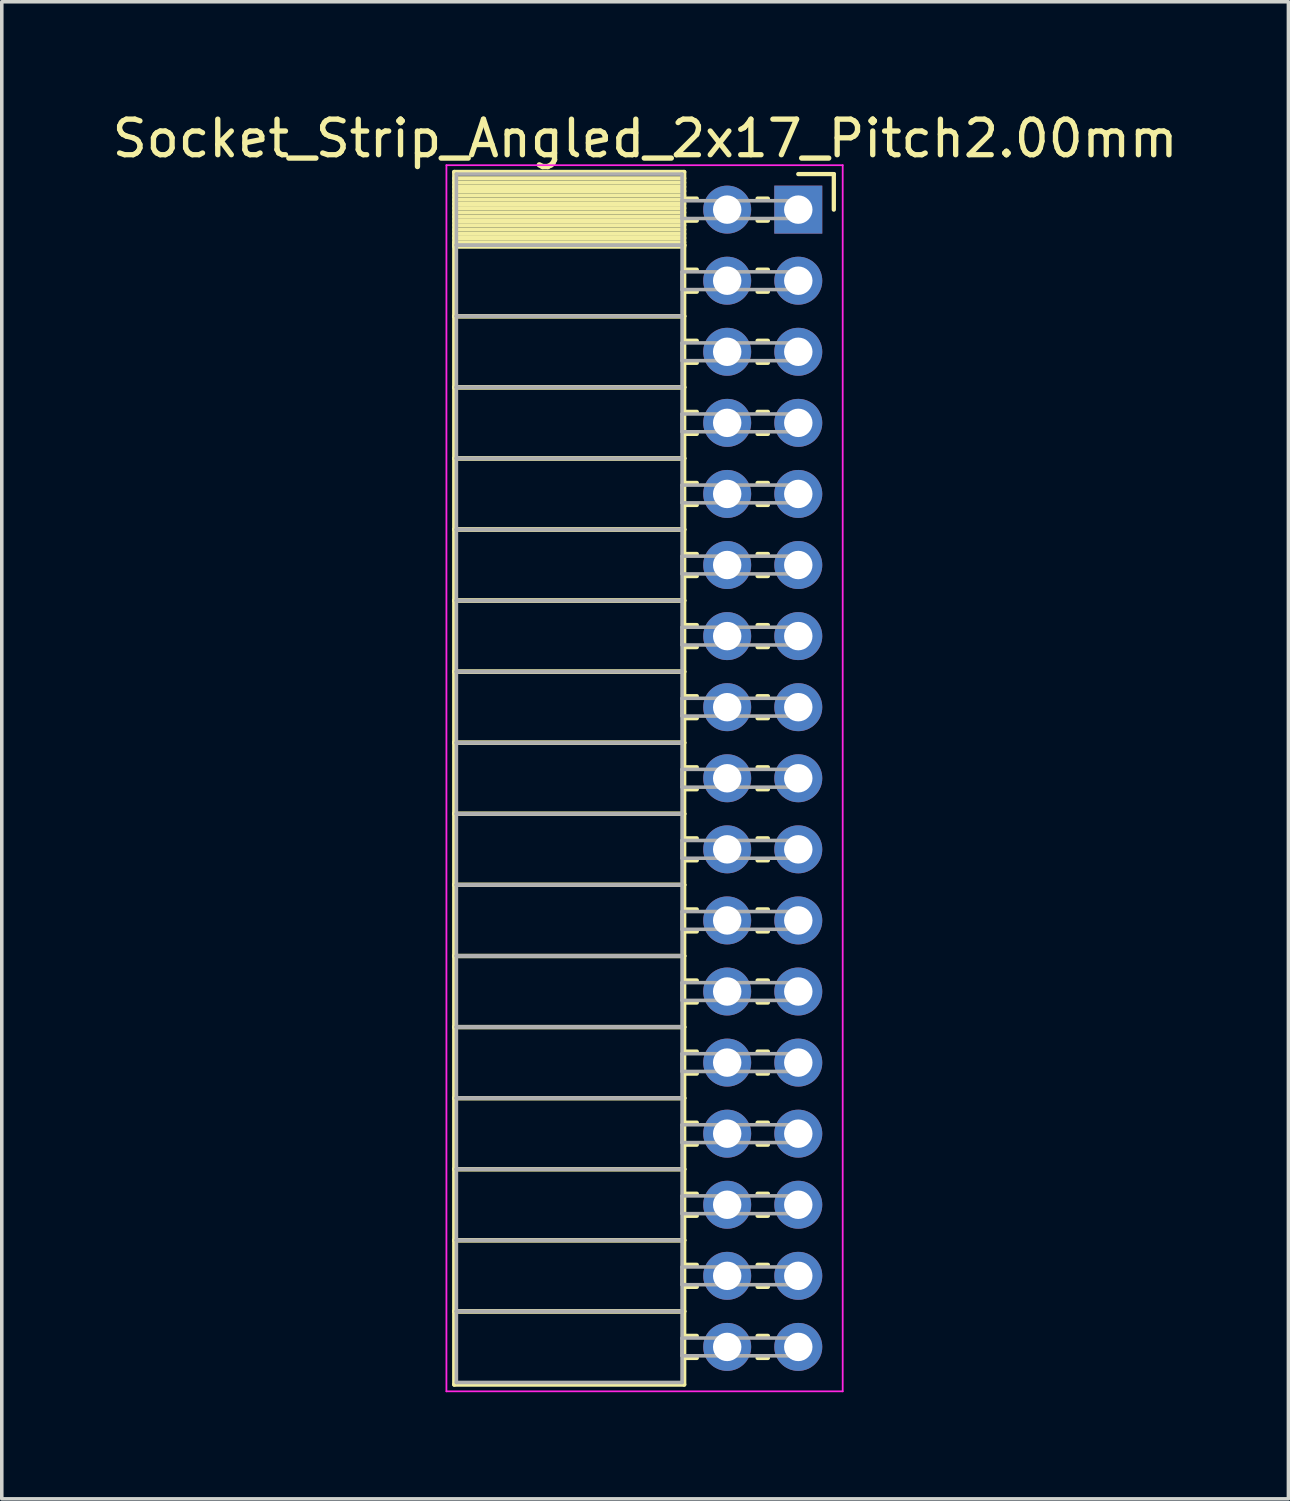
<source format=kicad_pcb>
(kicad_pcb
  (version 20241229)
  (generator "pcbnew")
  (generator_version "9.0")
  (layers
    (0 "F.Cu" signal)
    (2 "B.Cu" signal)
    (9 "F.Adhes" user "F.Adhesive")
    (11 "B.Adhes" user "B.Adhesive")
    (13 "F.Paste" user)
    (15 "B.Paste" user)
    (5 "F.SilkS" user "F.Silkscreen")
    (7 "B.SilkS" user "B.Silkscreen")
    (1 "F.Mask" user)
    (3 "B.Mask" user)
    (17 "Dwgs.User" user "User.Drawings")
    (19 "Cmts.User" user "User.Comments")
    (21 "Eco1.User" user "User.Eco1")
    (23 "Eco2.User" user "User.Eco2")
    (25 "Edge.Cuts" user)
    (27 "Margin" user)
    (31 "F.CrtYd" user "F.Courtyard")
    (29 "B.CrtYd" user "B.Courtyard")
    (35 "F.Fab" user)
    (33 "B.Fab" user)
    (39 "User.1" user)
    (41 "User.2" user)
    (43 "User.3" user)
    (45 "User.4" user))
  (footprint "Socket_Strip_Angled_2x17_Pitch2.00mm"
    (layer "F.Cu")
    (at 19.411 2.848)
    (property "Reference" "Socket_Strip_Angled_2x17_Pitch2.00mm" (at -4.31 -2 0) (layer "F.SilkS") (effects (font (size 1 1) (thickness 0.15))))
    (attr through_hole)
    (fp_line (start -9.68 -1.06) (end -3.21 -1.06) (stroke (width 0.12) (type solid)) (layer "F.SilkS"))
    (fp_line (start -9.68 1) (end -9.68 -1.06) (stroke (width 0.12) (type solid)) (layer "F.SilkS"))
    (fp_line (start -9.68 1) (end -3.21 1) (stroke (width 0.12) (type solid)) (layer "F.SilkS"))
    (fp_line (start -9.68 3) (end -9.68 1) (stroke (width 0.12) (type solid)) (layer "F.SilkS"))
    (fp_line (start -9.68 3) (end -3.21 3) (stroke (width 0.12) (type solid)) (layer "F.SilkS"))
    (fp_line (start -9.68 5) (end -9.68 3) (stroke (width 0.12) (type solid)) (layer "F.SilkS"))
    (fp_line (start -9.68 5) (end -3.21 5) (stroke (width 0.12) (type solid)) (layer "F.SilkS"))
    (fp_line (start -9.68 7) (end -9.68 5) (stroke (width 0.12) (type solid)) (layer "F.SilkS"))
    (fp_line (start -9.68 7) (end -3.21 7) (stroke (width 0.12) (type solid)) (layer "F.SilkS"))
    (fp_line (start -9.68 9) (end -9.68 7) (stroke (width 0.12) (type solid)) (layer "F.SilkS"))
    (fp_line (start -9.68 9) (end -3.21 9) (stroke (width 0.12) (type solid)) (layer "F.SilkS"))
    (fp_line (start -9.68 11) (end -9.68 9) (stroke (width 0.12) (type solid)) (layer "F.SilkS"))
    (fp_line (start -9.68 11) (end -3.21 11) (stroke (width 0.12) (type solid)) (layer "F.SilkS"))
    (fp_line (start -9.68 13) (end -9.68 11) (stroke (width 0.12) (type solid)) (layer "F.SilkS"))
    (fp_line (start -9.68 13) (end -3.21 13) (stroke (width 0.12) (type solid)) (layer "F.SilkS"))
    (fp_line (start -9.68 15) (end -9.68 13) (stroke (width 0.12) (type solid)) (layer "F.SilkS"))
    (fp_line (start -9.68 15) (end -3.21 15) (stroke (width 0.12) (type solid)) (layer "F.SilkS"))
    (fp_line (start -9.68 17) (end -9.68 15) (stroke (width 0.12) (type solid)) (layer "F.SilkS"))
    (fp_line (start -9.68 17) (end -3.21 17) (stroke (width 0.12) (type solid)) (layer "F.SilkS"))
    (fp_line (start -9.68 19) (end -9.68 17) (stroke (width 0.12) (type solid)) (layer "F.SilkS"))
    (fp_line (start -9.68 19) (end -3.21 19) (stroke (width 0.12) (type solid)) (layer "F.SilkS"))
    (fp_line (start -9.68 21) (end -9.68 19) (stroke (width 0.12) (type solid)) (layer "F.SilkS"))
    (fp_line (start -9.68 21) (end -3.21 21) (stroke (width 0.12) (type solid)) (layer "F.SilkS"))
    (fp_line (start -9.68 23) (end -9.68 21) (stroke (width 0.12) (type solid)) (layer "F.SilkS"))
    (fp_line (start -9.68 23) (end -3.21 23) (stroke (width 0.12) (type solid)) (layer "F.SilkS"))
    (fp_line (start -9.68 25) (end -9.68 23) (stroke (width 0.12) (type solid)) (layer "F.SilkS"))
    (fp_line (start -9.68 25) (end -3.21 25) (stroke (width 0.12) (type solid)) (layer "F.SilkS"))
    (fp_line (start -9.68 27) (end -9.68 25) (stroke (width 0.12) (type solid)) (layer "F.SilkS"))
    (fp_line (start -9.68 27) (end -3.21 27) (stroke (width 0.12) (type solid)) (layer "F.SilkS"))
    (fp_line (start -9.68 29) (end -9.68 27) (stroke (width 0.12) (type solid)) (layer "F.SilkS"))
    (fp_line (start -9.68 29) (end -3.21 29) (stroke (width 0.12) (type solid)) (layer "F.SilkS"))
    (fp_line (start -9.68 31) (end -9.68 29) (stroke (width 0.12) (type solid)) (layer "F.SilkS"))
    (fp_line (start -9.68 31) (end -3.21 31) (stroke (width 0.12) (type solid)) (layer "F.SilkS"))
    (fp_line (start -9.68 33.06) (end -9.68 31) (stroke (width 0.12) (type solid)) (layer "F.SilkS"))
    (fp_line (start -3.21 -1.06) (end -3.21 1) (stroke (width 0.12) (type solid)) (layer "F.SilkS"))
    (fp_line (start -3.21 -0.88) (end -9.68 -0.88) (stroke (width 0.12) (type solid)) (layer "F.SilkS"))
    (fp_line (start -3.21 -0.76) (end -9.68 -0.76) (stroke (width 0.12) (type solid)) (layer "F.SilkS"))
    (fp_line (start -3.21 -0.64) (end -9.68 -0.64) (stroke (width 0.12) (type solid)) (layer "F.SilkS"))
    (fp_line (start -3.21 -0.52) (end -9.68 -0.52) (stroke (width 0.12) (type solid)) (layer "F.SilkS"))
    (fp_line (start -3.21 -0.4) (end -9.68 -0.4) (stroke (width 0.12) (type solid)) (layer "F.SilkS"))
    (fp_line (start -3.21 -0.28) (end -9.68 -0.28) (stroke (width 0.12) (type solid)) (layer "F.SilkS"))
    (fp_line (start -3.21 -0.16) (end -9.68 -0.16) (stroke (width 0.12) (type solid)) (layer "F.SilkS"))
    (fp_line (start -3.21 -0.04) (end -9.68 -0.04) (stroke (width 0.12) (type solid)) (layer "F.SilkS"))
    (fp_line (start -3.21 0.08) (end -9.68 0.08) (stroke (width 0.12) (type solid)) (layer "F.SilkS"))
    (fp_line (start -3.21 0.2) (end -9.68 0.2) (stroke (width 0.12) (type solid)) (layer "F.SilkS"))
    (fp_line (start -3.21 0.32) (end -9.68 0.32) (stroke (width 0.12) (type solid)) (layer "F.SilkS"))
    (fp_line (start -3.21 0.44) (end -9.68 0.44) (stroke (width 0.12) (type solid)) (layer "F.SilkS"))
    (fp_line (start -3.21 0.56) (end -9.68 0.56) (stroke (width 0.12) (type solid)) (layer "F.SilkS"))
    (fp_line (start -3.21 0.68) (end -9.68 0.68) (stroke (width 0.12) (type solid)) (layer "F.SilkS"))
    (fp_line (start -3.21 0.8) (end -9.68 0.8) (stroke (width 0.12) (type solid)) (layer "F.SilkS"))
    (fp_line (start -3.21 0.92) (end -9.68 0.92) (stroke (width 0.12) (type solid)) (layer "F.SilkS"))
    (fp_line (start -3.21 1) (end -9.68 1) (stroke (width 0.12) (type solid)) (layer "F.SilkS"))
    (fp_line (start -3.21 1) (end -3.21 3) (stroke (width 0.12) (type solid)) (layer "F.SilkS"))
    (fp_line (start -3.21 1.04) (end -9.68 1.04) (stroke (width 0.12) (type solid)) (layer "F.SilkS"))
    (fp_line (start -3.21 3) (end -9.68 3) (stroke (width 0.12) (type solid)) (layer "F.SilkS"))
    (fp_line (start -3.21 3) (end -3.21 5) (stroke (width 0.12) (type solid)) (layer "F.SilkS"))
    (fp_line (start -3.21 5) (end -9.68 5) (stroke (width 0.12) (type solid)) (layer "F.SilkS"))
    (fp_line (start -3.21 5) (end -3.21 7) (stroke (width 0.12) (type solid)) (layer "F.SilkS"))
    (fp_line (start -3.21 7) (end -9.68 7) (stroke (width 0.12) (type solid)) (layer "F.SilkS"))
    (fp_line (start -3.21 7) (end -3.21 9) (stroke (width 0.12) (type solid)) (layer "F.SilkS"))
    (fp_line (start -3.21 9) (end -9.68 9) (stroke (width 0.12) (type solid)) (layer "F.SilkS"))
    (fp_line (start -3.21 9) (end -3.21 11) (stroke (width 0.12) (type solid)) (layer "F.SilkS"))
    (fp_line (start -3.21 11) (end -9.68 11) (stroke (width 0.12) (type solid)) (layer "F.SilkS"))
    (fp_line (start -3.21 11) (end -3.21 13) (stroke (width 0.12) (type solid)) (layer "F.SilkS"))
    (fp_line (start -3.21 13) (end -9.68 13) (stroke (width 0.12) (type solid)) (layer "F.SilkS"))
    (fp_line (start -3.21 13) (end -3.21 15) (stroke (width 0.12) (type solid)) (layer "F.SilkS"))
    (fp_line (start -3.21 15) (end -9.68 15) (stroke (width 0.12) (type solid)) (layer "F.SilkS"))
    (fp_line (start -3.21 15) (end -3.21 17) (stroke (width 0.12) (type solid)) (layer "F.SilkS"))
    (fp_line (start -3.21 17) (end -9.68 17) (stroke (width 0.12) (type solid)) (layer "F.SilkS"))
    (fp_line (start -3.21 17) (end -3.21 19) (stroke (width 0.12) (type solid)) (layer "F.SilkS"))
    (fp_line (start -3.21 19) (end -9.68 19) (stroke (width 0.12) (type solid)) (layer "F.SilkS"))
    (fp_line (start -3.21 19) (end -3.21 21) (stroke (width 0.12) (type solid)) (layer "F.SilkS"))
    (fp_line (start -3.21 21) (end -9.68 21) (stroke (width 0.12) (type solid)) (layer "F.SilkS"))
    (fp_line (start -3.21 21) (end -3.21 23) (stroke (width 0.12) (type solid)) (layer "F.SilkS"))
    (fp_line (start -3.21 23) (end -9.68 23) (stroke (width 0.12) (type solid)) (layer "F.SilkS"))
    (fp_line (start -3.21 23) (end -3.21 25) (stroke (width 0.12) (type solid)) (layer "F.SilkS"))
    (fp_line (start -3.21 25) (end -9.68 25) (stroke (width 0.12) (type solid)) (layer "F.SilkS"))
    (fp_line (start -3.21 25) (end -3.21 27) (stroke (width 0.12) (type solid)) (layer "F.SilkS"))
    (fp_line (start -3.21 27) (end -9.68 27) (stroke (width 0.12) (type solid)) (layer "F.SilkS"))
    (fp_line (start -3.21 27) (end -3.21 29) (stroke (width 0.12) (type solid)) (layer "F.SilkS"))
    (fp_line (start -3.21 29) (end -9.68 29) (stroke (width 0.12) (type solid)) (layer "F.SilkS"))
    (fp_line (start -3.21 29) (end -3.21 31) (stroke (width 0.12) (type solid)) (layer "F.SilkS"))
    (fp_line (start -3.21 31) (end -9.68 31) (stroke (width 0.12) (type solid)) (layer "F.SilkS"))
    (fp_line (start -3.21 31) (end -3.21 33.06) (stroke (width 0.12) (type solid)) (layer "F.SilkS"))
    (fp_line (start -3.21 33.06) (end -9.68 33.06) (stroke (width 0.12) (type solid)) (layer "F.SilkS"))
    (fp_line (start -2.855 -0.31) (end -3.21 -0.31) (stroke (width 0.12) (type solid)) (layer "F.SilkS"))
    (fp_line (start -2.855 0.31) (end -3.21 0.31) (stroke (width 0.12) (type solid)) (layer "F.SilkS"))
    (fp_line (start -2.855 1.69) (end -3.21 1.69) (stroke (width 0.12) (type solid)) (layer "F.SilkS"))
    (fp_line (start -2.855 2.31) (end -3.21 2.31) (stroke (width 0.12) (type solid)) (layer "F.SilkS"))
    (fp_line (start -2.855 3.69) (end -3.21 3.69) (stroke (width 0.12) (type solid)) (layer "F.SilkS"))
    (fp_line (start -2.855 4.31) (end -3.21 4.31) (stroke (width 0.12) (type solid)) (layer "F.SilkS"))
    (fp_line (start -2.855 5.69) (end -3.21 5.69) (stroke (width 0.12) (type solid)) (layer "F.SilkS"))
    (fp_line (start -2.855 6.31) (end -3.21 6.31) (stroke (width 0.12) (type solid)) (layer "F.SilkS"))
    (fp_line (start -2.855 7.69) (end -3.21 7.69) (stroke (width 0.12) (type solid)) (layer "F.SilkS"))
    (fp_line (start -2.855 8.31) (end -3.21 8.31) (stroke (width 0.12) (type solid)) (layer "F.SilkS"))
    (fp_line (start -2.855 9.69) (end -3.21 9.69) (stroke (width 0.12) (type solid)) (layer "F.SilkS"))
    (fp_line (start -2.855 10.31) (end -3.21 10.31) (stroke (width 0.12) (type solid)) (layer "F.SilkS"))
    (fp_line (start -2.855 11.69) (end -3.21 11.69) (stroke (width 0.12) (type solid)) (layer "F.SilkS"))
    (fp_line (start -2.855 12.31) (end -3.21 12.31) (stroke (width 0.12) (type solid)) (layer "F.SilkS"))
    (fp_line (start -2.855 13.69) (end -3.21 13.69) (stroke (width 0.12) (type solid)) (layer "F.SilkS"))
    (fp_line (start -2.855 14.31) (end -3.21 14.31) (stroke (width 0.12) (type solid)) (layer "F.SilkS"))
    (fp_line (start -2.855 15.69) (end -3.21 15.69) (stroke (width 0.12) (type solid)) (layer "F.SilkS"))
    (fp_line (start -2.855 16.31) (end -3.21 16.31) (stroke (width 0.12) (type solid)) (layer "F.SilkS"))
    (fp_line (start -2.855 17.69) (end -3.21 17.69) (stroke (width 0.12) (type solid)) (layer "F.SilkS"))
    (fp_line (start -2.855 18.31) (end -3.21 18.31) (stroke (width 0.12) (type solid)) (layer "F.SilkS"))
    (fp_line (start -2.855 19.69) (end -3.21 19.69) (stroke (width 0.12) (type solid)) (layer "F.SilkS"))
    (fp_line (start -2.855 20.31) (end -3.21 20.31) (stroke (width 0.12) (type solid)) (layer "F.SilkS"))
    (fp_line (start -2.855 21.69) (end -3.21 21.69) (stroke (width 0.12) (type solid)) (layer "F.SilkS"))
    (fp_line (start -2.855 22.31) (end -3.21 22.31) (stroke (width 0.12) (type solid)) (layer "F.SilkS"))
    (fp_line (start -2.855 23.69) (end -3.21 23.69) (stroke (width 0.12) (type solid)) (layer "F.SilkS"))
    (fp_line (start -2.855 24.31) (end -3.21 24.31) (stroke (width 0.12) (type solid)) (layer "F.SilkS"))
    (fp_line (start -2.855 25.69) (end -3.21 25.69) (stroke (width 0.12) (type solid)) (layer "F.SilkS"))
    (fp_line (start -2.855 26.31) (end -3.21 26.31) (stroke (width 0.12) (type solid)) (layer "F.SilkS"))
    (fp_line (start -2.855 27.69) (end -3.21 27.69) (stroke (width 0.12) (type solid)) (layer "F.SilkS"))
    (fp_line (start -2.855 28.31) (end -3.21 28.31) (stroke (width 0.12) (type solid)) (layer "F.SilkS"))
    (fp_line (start -2.855 29.69) (end -3.21 29.69) (stroke (width 0.12) (type solid)) (layer "F.SilkS"))
    (fp_line (start -2.855 30.31) (end -3.21 30.31) (stroke (width 0.12) (type solid)) (layer "F.SilkS"))
    (fp_line (start -2.855 31.69) (end -3.21 31.69) (stroke (width 0.12) (type solid)) (layer "F.SilkS"))
    (fp_line (start -2.855 32.31) (end -3.21 32.31) (stroke (width 0.12) (type solid)) (layer "F.SilkS"))
    (fp_line (start -0.855 -0.31) (end -1.145 -0.31) (stroke (width 0.12) (type solid)) (layer "F.SilkS"))
    (fp_line (start -0.855 0.31) (end -1.145 0.31) (stroke (width 0.12) (type solid)) (layer "F.SilkS"))
    (fp_line (start -0.855 1.69) (end -1.145 1.69) (stroke (width 0.12) (type solid)) (layer "F.SilkS"))
    (fp_line (start -0.855 2.31) (end -1.145 2.31) (stroke (width 0.12) (type solid)) (layer "F.SilkS"))
    (fp_line (start -0.855 3.69) (end -1.145 3.69) (stroke (width 0.12) (type solid)) (layer "F.SilkS"))
    (fp_line (start -0.855 4.31) (end -1.145 4.31) (stroke (width 0.12) (type solid)) (layer "F.SilkS"))
    (fp_line (start -0.855 5.69) (end -1.145 5.69) (stroke (width 0.12) (type solid)) (layer "F.SilkS"))
    (fp_line (start -0.855 6.31) (end -1.145 6.31) (stroke (width 0.12) (type solid)) (layer "F.SilkS"))
    (fp_line (start -0.855 7.69) (end -1.145 7.69) (stroke (width 0.12) (type solid)) (layer "F.SilkS"))
    (fp_line (start -0.855 8.31) (end -1.145 8.31) (stroke (width 0.12) (type solid)) (layer "F.SilkS"))
    (fp_line (start -0.855 9.69) (end -1.145 9.69) (stroke (width 0.12) (type solid)) (layer "F.SilkS"))
    (fp_line (start -0.855 10.31) (end -1.145 10.31) (stroke (width 0.12) (type solid)) (layer "F.SilkS"))
    (fp_line (start -0.855 11.69) (end -1.145 11.69) (stroke (width 0.12) (type solid)) (layer "F.SilkS"))
    (fp_line (start -0.855 12.31) (end -1.145 12.31) (stroke (width 0.12) (type solid)) (layer "F.SilkS"))
    (fp_line (start -0.855 13.69) (end -1.145 13.69) (stroke (width 0.12) (type solid)) (layer "F.SilkS"))
    (fp_line (start -0.855 14.31) (end -1.145 14.31) (stroke (width 0.12) (type solid)) (layer "F.SilkS"))
    (fp_line (start -0.855 15.69) (end -1.145 15.69) (stroke (width 0.12) (type solid)) (layer "F.SilkS"))
    (fp_line (start -0.855 16.31) (end -1.145 16.31) (stroke (width 0.12) (type solid)) (layer "F.SilkS"))
    (fp_line (start -0.855 17.69) (end -1.145 17.69) (stroke (width 0.12) (type solid)) (layer "F.SilkS"))
    (fp_line (start -0.855 18.31) (end -1.145 18.31) (stroke (width 0.12) (type solid)) (layer "F.SilkS"))
    (fp_line (start -0.855 19.69) (end -1.145 19.69) (stroke (width 0.12) (type solid)) (layer "F.SilkS"))
    (fp_line (start -0.855 20.31) (end -1.145 20.31) (stroke (width 0.12) (type solid)) (layer "F.SilkS"))
    (fp_line (start -0.855 21.69) (end -1.145 21.69) (stroke (width 0.12) (type solid)) (layer "F.SilkS"))
    (fp_line (start -0.855 22.31) (end -1.145 22.31) (stroke (width 0.12) (type solid)) (layer "F.SilkS"))
    (fp_line (start -0.855 23.69) (end -1.145 23.69) (stroke (width 0.12) (type solid)) (layer "F.SilkS"))
    (fp_line (start -0.855 24.31) (end -1.145 24.31) (stroke (width 0.12) (type solid)) (layer "F.SilkS"))
    (fp_line (start -0.855 25.69) (end -1.145 25.69) (stroke (width 0.12) (type solid)) (layer "F.SilkS"))
    (fp_line (start -0.855 26.31) (end -1.145 26.31) (stroke (width 0.12) (type solid)) (layer "F.SilkS"))
    (fp_line (start -0.855 27.69) (end -1.145 27.69) (stroke (width 0.12) (type solid)) (layer "F.SilkS"))
    (fp_line (start -0.855 28.31) (end -1.145 28.31) (stroke (width 0.12) (type solid)) (layer "F.SilkS"))
    (fp_line (start -0.855 29.69) (end -1.145 29.69) (stroke (width 0.12) (type solid)) (layer "F.SilkS"))
    (fp_line (start -0.855 30.31) (end -1.145 30.31) (stroke (width 0.12) (type solid)) (layer "F.SilkS"))
    (fp_line (start -0.855 31.69) (end -1.145 31.69) (stroke (width 0.12) (type solid)) (layer "F.SilkS"))
    (fp_line (start -0.855 32.31) (end -1.145 32.31) (stroke (width 0.12) (type solid)) (layer "F.SilkS"))
    (fp_line (start 0 -1) (end 1 -1) (stroke (width 0.12) (type solid)) (layer "F.SilkS"))
    (fp_line (start 1 -1) (end 1 0) (stroke (width 0.12) (type solid)) (layer "F.SilkS"))
    (fp_line (start -9.9 -1.25) (end 1.25 -1.25) (stroke (width 0.05) (type solid)) (layer "F.CrtYd"))
    (fp_line (start -9.9 33.25) (end -9.9 -1.25) (stroke (width 0.05) (type solid)) (layer "F.CrtYd"))
    (fp_line (start 1.25 -1.25) (end 1.25 33.25) (stroke (width 0.05) (type solid)) (layer "F.CrtYd"))
    (fp_line (start 1.25 33.25) (end -9.9 33.25) (stroke (width 0.05) (type solid)) (layer "F.CrtYd"))
    (fp_line (start -9.62 -1) (end -3.27 -1) (stroke (width 0.1) (type solid)) (layer "F.Fab"))
    (fp_line (start -9.62 1) (end -9.62 -1) (stroke (width 0.1) (type solid)) (layer "F.Fab"))
    (fp_line (start -9.62 1) (end -3.27 1) (stroke (width 0.1) (type solid)) (layer "F.Fab"))
    (fp_line (start -9.62 3) (end -9.62 1) (stroke (width 0.1) (type solid)) (layer "F.Fab"))
    (fp_line (start -9.62 3) (end -3.27 3) (stroke (width 0.1) (type solid)) (layer "F.Fab"))
    (fp_line (start -9.62 5) (end -9.62 3) (stroke (width 0.1) (type solid)) (layer "F.Fab"))
    (fp_line (start -9.62 5) (end -3.27 5) (stroke (width 0.1) (type solid)) (layer "F.Fab"))
    (fp_line (start -9.62 7) (end -9.62 5) (stroke (width 0.1) (type solid)) (layer "F.Fab"))
    (fp_line (start -9.62 7) (end -3.27 7) (stroke (width 0.1) (type solid)) (layer "F.Fab"))
    (fp_line (start -9.62 9) (end -9.62 7) (stroke (width 0.1) (type solid)) (layer "F.Fab"))
    (fp_line (start -9.62 9) (end -3.27 9) (stroke (width 0.1) (type solid)) (layer "F.Fab"))
    (fp_line (start -9.62 11) (end -9.62 9) (stroke (width 0.1) (type solid)) (layer "F.Fab"))
    (fp_line (start -9.62 11) (end -3.27 11) (stroke (width 0.1) (type solid)) (layer "F.Fab"))
    (fp_line (start -9.62 13) (end -9.62 11) (stroke (width 0.1) (type solid)) (layer "F.Fab"))
    (fp_line (start -9.62 13) (end -3.27 13) (stroke (width 0.1) (type solid)) (layer "F.Fab"))
    (fp_line (start -9.62 15) (end -9.62 13) (stroke (width 0.1) (type solid)) (layer "F.Fab"))
    (fp_line (start -9.62 15) (end -3.27 15) (stroke (width 0.1) (type solid)) (layer "F.Fab"))
    (fp_line (start -9.62 17) (end -9.62 15) (stroke (width 0.1) (type solid)) (layer "F.Fab"))
    (fp_line (start -9.62 17) (end -3.27 17) (stroke (width 0.1) (type solid)) (layer "F.Fab"))
    (fp_line (start -9.62 19) (end -9.62 17) (stroke (width 0.1) (type solid)) (layer "F.Fab"))
    (fp_line (start -9.62 19) (end -3.27 19) (stroke (width 0.1) (type solid)) (layer "F.Fab"))
    (fp_line (start -9.62 21) (end -9.62 19) (stroke (width 0.1) (type solid)) (layer "F.Fab"))
    (fp_line (start -9.62 21) (end -3.27 21) (stroke (width 0.1) (type solid)) (layer "F.Fab"))
    (fp_line (start -9.62 23) (end -9.62 21) (stroke (width 0.1) (type solid)) (layer "F.Fab"))
    (fp_line (start -9.62 23) (end -3.27 23) (stroke (width 0.1) (type solid)) (layer "F.Fab"))
    (fp_line (start -9.62 25) (end -9.62 23) (stroke (width 0.1) (type solid)) (layer "F.Fab"))
    (fp_line (start -9.62 25) (end -3.27 25) (stroke (width 0.1) (type solid)) (layer "F.Fab"))
    (fp_line (start -9.62 27) (end -9.62 25) (stroke (width 0.1) (type solid)) (layer "F.Fab"))
    (fp_line (start -9.62 27) (end -3.27 27) (stroke (width 0.1) (type solid)) (layer "F.Fab"))
    (fp_line (start -9.62 29) (end -9.62 27) (stroke (width 0.1) (type solid)) (layer "F.Fab"))
    (fp_line (start -9.62 29) (end -3.27 29) (stroke (width 0.1) (type solid)) (layer "F.Fab"))
    (fp_line (start -9.62 31) (end -9.62 29) (stroke (width 0.1) (type solid)) (layer "F.Fab"))
    (fp_line (start -9.62 31) (end -3.27 31) (stroke (width 0.1) (type solid)) (layer "F.Fab"))
    (fp_line (start -9.62 33) (end -9.62 31) (stroke (width 0.1) (type solid)) (layer "F.Fab"))
    (fp_line (start -3.27 -1) (end -3.27 1) (stroke (width 0.1) (type solid)) (layer "F.Fab"))
    (fp_line (start -3.27 -0.25) (end 0 -0.25) (stroke (width 0.1) (type solid)) (layer "F.Fab"))
    (fp_line (start -3.27 0.25) (end -3.27 -0.25) (stroke (width 0.1) (type solid)) (layer "F.Fab"))
    (fp_line (start -3.27 1) (end -9.62 1) (stroke (width 0.1) (type solid)) (layer "F.Fab"))
    (fp_line (start -3.27 1) (end -3.27 3) (stroke (width 0.1) (type solid)) (layer "F.Fab"))
    (fp_line (start -3.27 1.75) (end 0 1.75) (stroke (width 0.1) (type solid)) (layer "F.Fab"))
    (fp_line (start -3.27 2.25) (end -3.27 1.75) (stroke (width 0.1) (type solid)) (layer "F.Fab"))
    (fp_line (start -3.27 3) (end -9.62 3) (stroke (width 0.1) (type solid)) (layer "F.Fab"))
    (fp_line (start -3.27 3) (end -3.27 5) (stroke (width 0.1) (type solid)) (layer "F.Fab"))
    (fp_line (start -3.27 3.75) (end 0 3.75) (stroke (width 0.1) (type solid)) (layer "F.Fab"))
    (fp_line (start -3.27 4.25) (end -3.27 3.75) (stroke (width 0.1) (type solid)) (layer "F.Fab"))
    (fp_line (start -3.27 5) (end -9.62 5) (stroke (width 0.1) (type solid)) (layer "F.Fab"))
    (fp_line (start -3.27 5) (end -3.27 7) (stroke (width 0.1) (type solid)) (layer "F.Fab"))
    (fp_line (start -3.27 5.75) (end 0 5.75) (stroke (width 0.1) (type solid)) (layer "F.Fab"))
    (fp_line (start -3.27 6.25) (end -3.27 5.75) (stroke (width 0.1) (type solid)) (layer "F.Fab"))
    (fp_line (start -3.27 7) (end -9.62 7) (stroke (width 0.1) (type solid)) (layer "F.Fab"))
    (fp_line (start -3.27 7) (end -3.27 9) (stroke (width 0.1) (type solid)) (layer "F.Fab"))
    (fp_line (start -3.27 7.75) (end 0 7.75) (stroke (width 0.1) (type solid)) (layer "F.Fab"))
    (fp_line (start -3.27 8.25) (end -3.27 7.75) (stroke (width 0.1) (type solid)) (layer "F.Fab"))
    (fp_line (start -3.27 9) (end -9.62 9) (stroke (width 0.1) (type solid)) (layer "F.Fab"))
    (fp_line (start -3.27 9) (end -3.27 11) (stroke (width 0.1) (type solid)) (layer "F.Fab"))
    (fp_line (start -3.27 9.75) (end 0 9.75) (stroke (width 0.1) (type solid)) (layer "F.Fab"))
    (fp_line (start -3.27 10.25) (end -3.27 9.75) (stroke (width 0.1) (type solid)) (layer "F.Fab"))
    (fp_line (start -3.27 11) (end -9.62 11) (stroke (width 0.1) (type solid)) (layer "F.Fab"))
    (fp_line (start -3.27 11) (end -3.27 13) (stroke (width 0.1) (type solid)) (layer "F.Fab"))
    (fp_line (start -3.27 11.75) (end 0 11.75) (stroke (width 0.1) (type solid)) (layer "F.Fab"))
    (fp_line (start -3.27 12.25) (end -3.27 11.75) (stroke (width 0.1) (type solid)) (layer "F.Fab"))
    (fp_line (start -3.27 13) (end -9.62 13) (stroke (width 0.1) (type solid)) (layer "F.Fab"))
    (fp_line (start -3.27 13) (end -3.27 15) (stroke (width 0.1) (type solid)) (layer "F.Fab"))
    (fp_line (start -3.27 13.75) (end 0 13.75) (stroke (width 0.1) (type solid)) (layer "F.Fab"))
    (fp_line (start -3.27 14.25) (end -3.27 13.75) (stroke (width 0.1) (type solid)) (layer "F.Fab"))
    (fp_line (start -3.27 15) (end -9.62 15) (stroke (width 0.1) (type solid)) (layer "F.Fab"))
    (fp_line (start -3.27 15) (end -3.27 17) (stroke (width 0.1) (type solid)) (layer "F.Fab"))
    (fp_line (start -3.27 15.75) (end 0 15.75) (stroke (width 0.1) (type solid)) (layer "F.Fab"))
    (fp_line (start -3.27 16.25) (end -3.27 15.75) (stroke (width 0.1) (type solid)) (layer "F.Fab"))
    (fp_line (start -3.27 17) (end -9.62 17) (stroke (width 0.1) (type solid)) (layer "F.Fab"))
    (fp_line (start -3.27 17) (end -3.27 19) (stroke (width 0.1) (type solid)) (layer "F.Fab"))
    (fp_line (start -3.27 17.75) (end 0 17.75) (stroke (width 0.1) (type solid)) (layer "F.Fab"))
    (fp_line (start -3.27 18.25) (end -3.27 17.75) (stroke (width 0.1) (type solid)) (layer "F.Fab"))
    (fp_line (start -3.27 19) (end -9.62 19) (stroke (width 0.1) (type solid)) (layer "F.Fab"))
    (fp_line (start -3.27 19) (end -3.27 21) (stroke (width 0.1) (type solid)) (layer "F.Fab"))
    (fp_line (start -3.27 19.75) (end 0 19.75) (stroke (width 0.1) (type solid)) (layer "F.Fab"))
    (fp_line (start -3.27 20.25) (end -3.27 19.75) (stroke (width 0.1) (type solid)) (layer "F.Fab"))
    (fp_line (start -3.27 21) (end -9.62 21) (stroke (width 0.1) (type solid)) (layer "F.Fab"))
    (fp_line (start -3.27 21) (end -3.27 23) (stroke (width 0.1) (type solid)) (layer "F.Fab"))
    (fp_line (start -3.27 21.75) (end 0 21.75) (stroke (width 0.1) (type solid)) (layer "F.Fab"))
    (fp_line (start -3.27 22.25) (end -3.27 21.75) (stroke (width 0.1) (type solid)) (layer "F.Fab"))
    (fp_line (start -3.27 23) (end -9.62 23) (stroke (width 0.1) (type solid)) (layer "F.Fab"))
    (fp_line (start -3.27 23) (end -3.27 25) (stroke (width 0.1) (type solid)) (layer "F.Fab"))
    (fp_line (start -3.27 23.75) (end 0 23.75) (stroke (width 0.1) (type solid)) (layer "F.Fab"))
    (fp_line (start -3.27 24.25) (end -3.27 23.75) (stroke (width 0.1) (type solid)) (layer "F.Fab"))
    (fp_line (start -3.27 25) (end -9.62 25) (stroke (width 0.1) (type solid)) (layer "F.Fab"))
    (fp_line (start -3.27 25) (end -3.27 27) (stroke (width 0.1) (type solid)) (layer "F.Fab"))
    (fp_line (start -3.27 25.75) (end 0 25.75) (stroke (width 0.1) (type solid)) (layer "F.Fab"))
    (fp_line (start -3.27 26.25) (end -3.27 25.75) (stroke (width 0.1) (type solid)) (layer "F.Fab"))
    (fp_line (start -3.27 27) (end -9.62 27) (stroke (width 0.1) (type solid)) (layer "F.Fab"))
    (fp_line (start -3.27 27) (end -3.27 29) (stroke (width 0.1) (type solid)) (layer "F.Fab"))
    (fp_line (start -3.27 27.75) (end 0 27.75) (stroke (width 0.1) (type solid)) (layer "F.Fab"))
    (fp_line (start -3.27 28.25) (end -3.27 27.75) (stroke (width 0.1) (type solid)) (layer "F.Fab"))
    (fp_line (start -3.27 29) (end -9.62 29) (stroke (width 0.1) (type solid)) (layer "F.Fab"))
    (fp_line (start -3.27 29) (end -3.27 31) (stroke (width 0.1) (type solid)) (layer "F.Fab"))
    (fp_line (start -3.27 29.75) (end 0 29.75) (stroke (width 0.1) (type solid)) (layer "F.Fab"))
    (fp_line (start -3.27 30.25) (end -3.27 29.75) (stroke (width 0.1) (type solid)) (layer "F.Fab"))
    (fp_line (start -3.27 31) (end -9.62 31) (stroke (width 0.1) (type solid)) (layer "F.Fab"))
    (fp_line (start -3.27 31) (end -3.27 33) (stroke (width 0.1) (type solid)) (layer "F.Fab"))
    (fp_line (start -3.27 31.75) (end 0 31.75) (stroke (width 0.1) (type solid)) (layer "F.Fab"))
    (fp_line (start -3.27 32.25) (end -3.27 31.75) (stroke (width 0.1) (type solid)) (layer "F.Fab"))
    (fp_line (start -3.27 33) (end -9.62 33) (stroke (width 0.1) (type solid)) (layer "F.Fab"))
    (fp_line (start 0 -0.25) (end 0 0.25) (stroke (width 0.1) (type solid)) (layer "F.Fab"))
    (fp_line (start 0 0.25) (end -3.27 0.25) (stroke (width 0.1) (type solid)) (layer "F.Fab"))
    (fp_line (start 0 1.75) (end 0 2.25) (stroke (width 0.1) (type solid)) (layer "F.Fab"))
    (fp_line (start 0 2.25) (end -3.27 2.25) (stroke (width 0.1) (type solid)) (layer "F.Fab"))
    (fp_line (start 0 3.75) (end 0 4.25) (stroke (width 0.1) (type solid)) (layer "F.Fab"))
    (fp_line (start 0 4.25) (end -3.27 4.25) (stroke (width 0.1) (type solid)) (layer "F.Fab"))
    (fp_line (start 0 5.75) (end 0 6.25) (stroke (width 0.1) (type solid)) (layer "F.Fab"))
    (fp_line (start 0 6.25) (end -3.27 6.25) (stroke (width 0.1) (type solid)) (layer "F.Fab"))
    (fp_line (start 0 7.75) (end 0 8.25) (stroke (width 0.1) (type solid)) (layer "F.Fab"))
    (fp_line (start 0 8.25) (end -3.27 8.25) (stroke (width 0.1) (type solid)) (layer "F.Fab"))
    (fp_line (start 0 9.75) (end 0 10.25) (stroke (width 0.1) (type solid)) (layer "F.Fab"))
    (fp_line (start 0 10.25) (end -3.27 10.25) (stroke (width 0.1) (type solid)) (layer "F.Fab"))
    (fp_line (start 0 11.75) (end 0 12.25) (stroke (width 0.1) (type solid)) (layer "F.Fab"))
    (fp_line (start 0 12.25) (end -3.27 12.25) (stroke (width 0.1) (type solid)) (layer "F.Fab"))
    (fp_line (start 0 13.75) (end 0 14.25) (stroke (width 0.1) (type solid)) (layer "F.Fab"))
    (fp_line (start 0 14.25) (end -3.27 14.25) (stroke (width 0.1) (type solid)) (layer "F.Fab"))
    (fp_line (start 0 15.75) (end 0 16.25) (stroke (width 0.1) (type solid)) (layer "F.Fab"))
    (fp_line (start 0 16.25) (end -3.27 16.25) (stroke (width 0.1) (type solid)) (layer "F.Fab"))
    (fp_line (start 0 17.75) (end 0 18.25) (stroke (width 0.1) (type solid)) (layer "F.Fab"))
    (fp_line (start 0 18.25) (end -3.27 18.25) (stroke (width 0.1) (type solid)) (layer "F.Fab"))
    (fp_line (start 0 19.75) (end 0 20.25) (stroke (width 0.1) (type solid)) (layer "F.Fab"))
    (fp_line (start 0 20.25) (end -3.27 20.25) (stroke (width 0.1) (type solid)) (layer "F.Fab"))
    (fp_line (start 0 21.75) (end 0 22.25) (stroke (width 0.1) (type solid)) (layer "F.Fab"))
    (fp_line (start 0 22.25) (end -3.27 22.25) (stroke (width 0.1) (type solid)) (layer "F.Fab"))
    (fp_line (start 0 23.75) (end 0 24.25) (stroke (width 0.1) (type solid)) (layer "F.Fab"))
    (fp_line (start 0 24.25) (end -3.27 24.25) (stroke (width 0.1) (type solid)) (layer "F.Fab"))
    (fp_line (start 0 25.75) (end 0 26.25) (stroke (width 0.1) (type solid)) (layer "F.Fab"))
    (fp_line (start 0 26.25) (end -3.27 26.25) (stroke (width 0.1) (type solid)) (layer "F.Fab"))
    (fp_line (start 0 27.75) (end 0 28.25) (stroke (width 0.1) (type solid)) (layer "F.Fab"))
    (fp_line (start 0 28.25) (end -3.27 28.25) (stroke (width 0.1) (type solid)) (layer "F.Fab"))
    (fp_line (start 0 29.75) (end 0 30.25) (stroke (width 0.1) (type solid)) (layer "F.Fab"))
    (fp_line (start 0 30.25) (end -3.27 30.25) (stroke (width 0.1) (type solid)) (layer "F.Fab"))
    (fp_line (start 0 31.75) (end 0 32.25) (stroke (width 0.1) (type solid)) (layer "F.Fab"))
    (fp_line (start 0 32.25) (end -3.27 32.25) (stroke (width 0.1) (type solid)) (layer "F.Fab"))
    (pad "1" thru_hole rect (at 0 0) (size 1.35 1.35) (drill 0.8) (layers "*.Cu" "*.Mask"))
    (pad "2" thru_hole oval (at -2 0) (size 1.35 1.35) (drill 0.8) (layers "*.Cu" "*.Mask"))
    (pad "3" thru_hole oval (at 0 2) (size 1.35 1.35) (drill 0.8) (layers "*.Cu" "*.Mask"))
    (pad "4" thru_hole oval (at -2 2) (size 1.35 1.35) (drill 0.8) (layers "*.Cu" "*.Mask"))
    (pad "5" thru_hole oval (at 0 4) (size 1.35 1.35) (drill 0.8) (layers "*.Cu" "*.Mask"))
    (pad "6" thru_hole oval (at -2 4) (size 1.35 1.35) (drill 0.8) (layers "*.Cu" "*.Mask"))
    (pad "7" thru_hole oval (at 0 6) (size 1.35 1.35) (drill 0.8) (layers "*.Cu" "*.Mask"))
    (pad "8" thru_hole oval (at -2 6) (size 1.35 1.35) (drill 0.8) (layers "*.Cu" "*.Mask"))
    (pad "9" thru_hole oval (at 0 8) (size 1.35 1.35) (drill 0.8) (layers "*.Cu" "*.Mask"))
    (pad "10" thru_hole oval (at -2 8) (size 1.35 1.35) (drill 0.8) (layers "*.Cu" "*.Mask"))
    (pad "11" thru_hole oval (at 0 10) (size 1.35 1.35) (drill 0.8) (layers "*.Cu" "*.Mask"))
    (pad "12" thru_hole oval (at -2 10) (size 1.35 1.35) (drill 0.8) (layers "*.Cu" "*.Mask"))
    (pad "13" thru_hole oval (at 0 12) (size 1.35 1.35) (drill 0.8) (layers "*.Cu" "*.Mask"))
    (pad "14" thru_hole oval (at -2 12) (size 1.35 1.35) (drill 0.8) (layers "*.Cu" "*.Mask"))
    (pad "15" thru_hole oval (at 0 14) (size 1.35 1.35) (drill 0.8) (layers "*.Cu" "*.Mask"))
    (pad "16" thru_hole oval (at -2 14) (size 1.35 1.35) (drill 0.8) (layers "*.Cu" "*.Mask"))
    (pad "17" thru_hole oval (at 0 16) (size 1.35 1.35) (drill 0.8) (layers "*.Cu" "*.Mask"))
    (pad "18" thru_hole oval (at -2 16) (size 1.35 1.35) (drill 0.8) (layers "*.Cu" "*.Mask"))
    (pad "19" thru_hole oval (at 0 18) (size 1.35 1.35) (drill 0.8) (layers "*.Cu" "*.Mask"))
    (pad "20" thru_hole oval (at -2 18) (size 1.35 1.35) (drill 0.8) (layers "*.Cu" "*.Mask"))
    (pad "21" thru_hole oval (at 0 20) (size 1.35 1.35) (drill 0.8) (layers "*.Cu" "*.Mask"))
    (pad "22" thru_hole oval (at -2 20) (size 1.35 1.35) (drill 0.8) (layers "*.Cu" "*.Mask"))
    (pad "23" thru_hole oval (at 0 22) (size 1.35 1.35) (drill 0.8) (layers "*.Cu" "*.Mask"))
    (pad "24" thru_hole oval (at -2 22) (size 1.35 1.35) (drill 0.8) (layers "*.Cu" "*.Mask"))
    (pad "25" thru_hole oval (at 0 24) (size 1.35 1.35) (drill 0.8) (layers "*.Cu" "*.Mask"))
    (pad "26" thru_hole oval (at -2 24) (size 1.35 1.35) (drill 0.8) (layers "*.Cu" "*.Mask"))
    (pad "27" thru_hole oval (at 0 26) (size 1.35 1.35) (drill 0.8) (layers "*.Cu" "*.Mask"))
    (pad "28" thru_hole oval (at -2 26) (size 1.35 1.35) (drill 0.8) (layers "*.Cu" "*.Mask"))
    (pad "29" thru_hole oval (at 0 28) (size 1.35 1.35) (drill 0.8) (layers "*.Cu" "*.Mask"))
    (pad "30" thru_hole oval (at -2 28) (size 1.35 1.35) (drill 0.8) (layers "*.Cu" "*.Mask"))
    (pad "31" thru_hole oval (at 0 30) (size 1.35 1.35) (drill 0.8) (layers "*.Cu" "*.Mask"))
    (pad "32" thru_hole oval (at -2 30) (size 1.35 1.35) (drill 0.8) (layers "*.Cu" "*.Mask"))
    (pad "33" thru_hole oval (at 0 32) (size 1.35 1.35) (drill 0.8) (layers "*.Cu" "*.Mask"))
    (pad "34" thru_hole oval (at -2 32) (size 1.35 1.35) (drill 0.8) (layers "*.Cu" "*.Mask")))
  (gr_rect
    (start -3 -3)
    (end 33.202 39.123)
    (stroke (width 0.1) (type default))
    (fill no)
    (layer "Edge.Cuts")))
</source>
